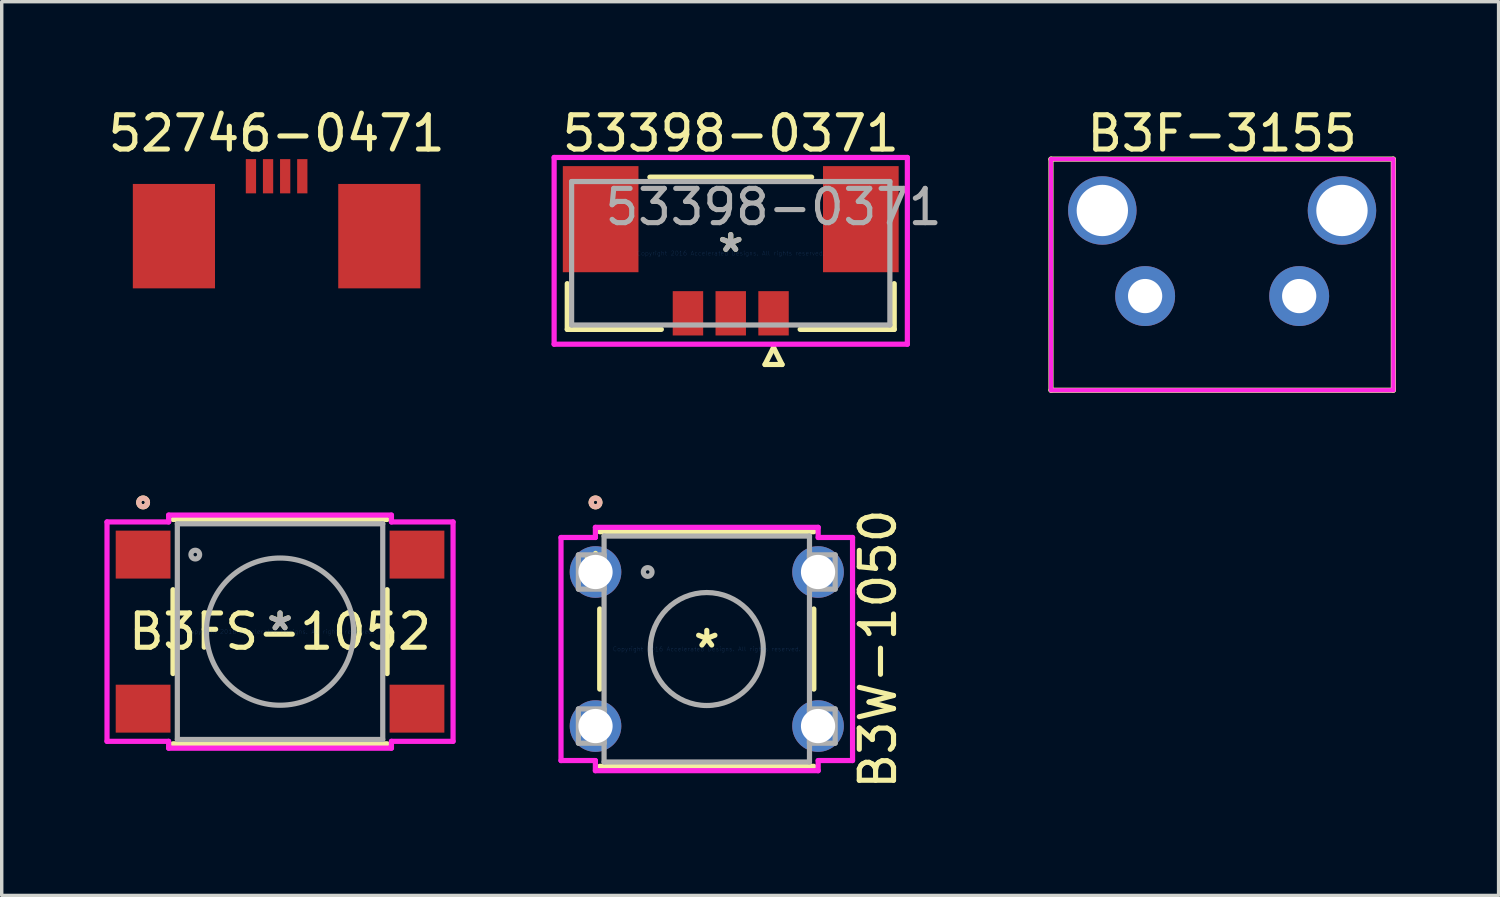
<source format=kicad_pcb>
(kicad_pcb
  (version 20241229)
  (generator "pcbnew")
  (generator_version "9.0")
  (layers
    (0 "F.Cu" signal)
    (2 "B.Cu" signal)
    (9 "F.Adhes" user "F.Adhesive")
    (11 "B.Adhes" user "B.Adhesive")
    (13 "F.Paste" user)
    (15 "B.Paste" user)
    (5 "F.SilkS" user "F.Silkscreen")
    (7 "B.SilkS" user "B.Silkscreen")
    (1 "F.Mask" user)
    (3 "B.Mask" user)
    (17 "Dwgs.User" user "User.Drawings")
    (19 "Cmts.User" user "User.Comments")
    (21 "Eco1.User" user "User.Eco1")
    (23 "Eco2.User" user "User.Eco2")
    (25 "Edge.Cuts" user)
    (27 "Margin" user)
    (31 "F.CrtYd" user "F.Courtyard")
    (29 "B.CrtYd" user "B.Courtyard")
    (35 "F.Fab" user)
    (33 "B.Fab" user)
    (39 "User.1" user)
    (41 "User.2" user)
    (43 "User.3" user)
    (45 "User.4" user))
  (footprint "B3W-1050"
    (layer "F.Cu")
    (at 17.595 15.908)
    (property "Reference" "B3W-1050" (at 5 0 90) (layer "F.SilkS") (effects (font (size 1 1) (thickness 0.15))))
    (attr through_hole)
    (fp_line (start -3.127 -1.17) (end -3.127 1.17) (stroke (width 0.152) (type solid)) (layer "F.SilkS"))
    (fp_line (start -3.127 3.427) (end 3.127 3.427) (stroke (width 0.152) (type solid)) (layer "F.SilkS"))
    (fp_line (start 3.127 -3.427) (end -3.127 -3.427) (stroke (width 0.152) (type solid)) (layer "F.SilkS"))
    (fp_line (start 3.127 1.17) (end 3.127 -1.17) (stroke (width 0.152) (type solid)) (layer "F.SilkS"))
    (fp_circle (center -3.25 -4.282) (end -3.123 -4.282) (stroke (width 0.152) (type solid)) (fill no) (layer "F.SilkS"))
    (fp_circle (center -3.25 -4.282) (end -3.123 -4.282) (stroke (width 0.152) (type solid)) (fill no) (layer "B.SilkS"))
    (fp_line (start -4.258 -3.258) (end -3.254 -3.258) (stroke (width 0.152) (type solid)) (layer "F.CrtYd"))
    (fp_line (start -4.258 3.258) (end -4.258 -3.258) (stroke (width 0.152) (type solid)) (layer "F.CrtYd"))
    (fp_line (start -3.254 -3.554) (end 3.254 -3.554) (stroke (width 0.152) (type solid)) (layer "F.CrtYd"))
    (fp_line (start -3.254 -3.258) (end -3.254 -3.554) (stroke (width 0.152) (type solid)) (layer "F.CrtYd"))
    (fp_line (start -3.254 3.258) (end -4.258 3.258) (stroke (width 0.152) (type solid)) (layer "F.CrtYd"))
    (fp_line (start -3.254 3.554) (end -3.254 3.258) (stroke (width 0.152) (type solid)) (layer "F.CrtYd"))
    (fp_line (start 3.254 -3.554) (end 3.254 -3.258) (stroke (width 0.152) (type solid)) (layer "F.CrtYd"))
    (fp_line (start 3.254 -3.258) (end 4.258 -3.258) (stroke (width 0.152) (type solid)) (layer "F.CrtYd"))
    (fp_line (start 3.254 3.258) (end 3.254 3.554) (stroke (width 0.152) (type solid)) (layer "F.CrtYd"))
    (fp_line (start 3.254 3.554) (end -3.254 3.554) (stroke (width 0.152) (type solid)) (layer "F.CrtYd"))
    (fp_line (start 4.258 -3.258) (end 4.258 3.258) (stroke (width 0.152) (type solid)) (layer "F.CrtYd"))
    (fp_line (start 4.258 3.258) (end 3.254 3.258) (stroke (width 0.152) (type solid)) (layer "F.CrtYd"))
    (fp_line (start -3.75 -2.75) (end -3.75 -1.75) (stroke (width 0.152) (type solid)) (layer "F.Fab"))
    (fp_line (start -3.75 -1.75) (end -3 -1.75) (stroke (width 0.152) (type solid)) (layer "F.Fab"))
    (fp_line (start -3.75 1.75) (end -3.75 2.75) (stroke (width 0.152) (type solid)) (layer "F.Fab"))
    (fp_line (start -3.75 2.75) (end -3 2.75) (stroke (width 0.152) (type solid)) (layer "F.Fab"))
    (fp_line (start -3 -3.3) (end -3 3.3) (stroke (width 0.152) (type solid)) (layer "F.Fab"))
    (fp_line (start -3 3.3) (end 3 3.3) (stroke (width 0.152) (type solid)) (layer "F.Fab"))
    (fp_line (start -3 -2.75) (end -3.75 -2.75) (stroke (width 0.152) (type solid)) (layer "F.Fab"))
    (fp_line (start -3 -1.75) (end -3 -2.75) (stroke (width 0.152) (type solid)) (layer "F.Fab"))
    (fp_line (start -3 1.75) (end -3.75 1.75) (stroke (width 0.152) (type solid)) (layer "F.Fab"))
    (fp_line (start -3 2.75) (end -3 1.75) (stroke (width 0.152) (type solid)) (layer "F.Fab"))
    (fp_line (start 3 -2.75) (end 3 -1.75) (stroke (width 0.152) (type solid)) (layer "F.Fab"))
    (fp_line (start 3 -1.75) (end 3.75 -1.75) (stroke (width 0.152) (type solid)) (layer "F.Fab"))
    (fp_line (start 3 1.75) (end 3 2.75) (stroke (width 0.152) (type solid)) (layer "F.Fab"))
    (fp_line (start 3 2.75) (end 3.75 2.75) (stroke (width 0.152) (type solid)) (layer "F.Fab"))
    (fp_line (start 3 -3.3) (end -3 -3.3) (stroke (width 0.152) (type solid)) (layer "F.Fab"))
    (fp_line (start 3 3.3) (end 3 -3.3) (stroke (width 0.152) (type solid)) (layer "F.Fab"))
    (fp_line (start 3.75 -2.75) (end 3 -2.75) (stroke (width 0.152) (type solid)) (layer "F.Fab"))
    (fp_line (start 3.75 -1.75) (end 3.75 -2.75) (stroke (width 0.152) (type solid)) (layer "F.Fab"))
    (fp_line (start 3.75 1.75) (end 3 1.75) (stroke (width 0.152) (type solid)) (layer "F.Fab"))
    (fp_line (start 3.75 2.75) (end 3.75 1.75) (stroke (width 0.152) (type solid)) (layer "F.Fab"))
    (fp_circle (center -1.726 -2.25) (end -1.599 -2.25) (stroke (width 0.152) (type solid)) (fill no) (layer "F.Fab"))
    (fp_circle (center 0.000001 0.000001) (end 1.65 0.000001) (stroke (width 0.152) (type solid)) (fill no) (layer "F.Fab"))
    (fp_text user "*" (at -3.25 -2.25 0) (layer "F.SilkS") (effects (font (size 1 1) (thickness 0.15))))
    (fp_text user "*" (at 0 0 0) (layer "F.SilkS") (effects (font (size 1 1) (thickness 0.15))))
    (fp_text user "Copyright 2016 Accelerated Designs. All rights reserved." (at 0 0 0) (layer "Cmts.User") (effects (font (size 0.127 0.127) (thickness 0.002))))
    (pad "1" thru_hole circle (at -3.25 -2.25) (size 1.508 1.508) (drill 1) (layers "*.Cu" "*.Mask"))
    (pad "2" thru_hole circle (at 3.25 -2.25) (size 1.508 1.508) (drill 1) (layers "*.Cu" "*.Mask"))
    (pad "3" thru_hole circle (at -3.25 2.25) (size 1.508 1.508) (drill 1) (layers "*.Cu" "*.Mask"))
    (pad "4" thru_hole circle (at 3.25 2.25) (size 1.508 1.508) (drill 1) (layers "*.Cu" "*.Mask")))
  (footprint "53398-0371"
    (layer "F.Cu")
    (at 18.295 4.348)
    (property "Reference" "53398-0371" (at 0 -3.5 0) (layer "F.SilkS") (effects (font (size 1 1) (thickness 0.15))))
    (attr through_hole)
    (fp_line (start -4.775 0.887) (end -4.775 2.223) (stroke (width 0.152) (type solid)) (layer "F.SilkS"))
    (fp_line (start -4.775 2.223) (end -2.027 2.223) (stroke (width 0.152) (type solid)) (layer "F.SilkS"))
    (fp_line (start 1 3.25) (end 1.5 3.25) (stroke (width 0.15) (type solid)) (layer "F.SilkS"))
    (fp_line (start 1.25 2.75) (end 1 3.25) (stroke (width 0.15) (type solid)) (layer "F.SilkS"))
    (fp_line (start 1.5 3.25) (end 1.25 2.75) (stroke (width 0.15) (type solid)) (layer "F.SilkS"))
    (fp_line (start 2.027 2.223) (end 4.775 2.223) (stroke (width 0.152) (type solid)) (layer "F.SilkS"))
    (fp_line (start 2.362 -2.223) (end -2.362 -2.223) (stroke (width 0.152) (type solid)) (layer "F.SilkS"))
    (fp_line (start 4.775 2.223) (end 4.775 0.887) (stroke (width 0.152) (type solid)) (layer "F.SilkS"))
    (fp_line (start -5.159 -2.799) (end -5.159 2.656) (stroke (width 0.152) (type solid)) (layer "F.CrtYd"))
    (fp_line (start -5.159 2.656) (end 5.159 2.656) (stroke (width 0.152) (type solid)) (layer "F.CrtYd"))
    (fp_line (start 5.159 -2.799) (end -5.159 -2.799) (stroke (width 0.152) (type solid)) (layer "F.CrtYd"))
    (fp_line (start 5.159 2.656) (end 5.159 -2.799) (stroke (width 0.152) (type solid)) (layer "F.CrtYd"))
    (fp_line (start -4.648 -2.095) (end -4.648 2.095) (stroke (width 0.152) (type solid)) (layer "F.Fab"))
    (fp_line (start -4.648 2.095) (end 4.648 2.095) (stroke (width 0.152) (type solid)) (layer "F.Fab"))
    (fp_line (start 4.648 -2.095) (end -4.648 -2.095) (stroke (width 0.152) (type solid)) (layer "F.Fab"))
    (fp_line (start 4.648 2.095) (end 4.648 -2.095) (stroke (width 0.152) (type solid)) (layer "F.Fab"))
    (fp_text user "*" (at 0 0 0) (layer "F.SilkS") (effects (font (size 1 1) (thickness 0.15))))
    (fp_text user "Copyright 2016 Accelerated Designs. All rights reserved." (at 0 0 0) (layer "Cmts.User") (effects (font (size 0.127 0.127) (thickness 0.002))))
    (fp_text user "*" (at 0 0 0) (layer "F.Fab") (effects (font (size 1 1) (thickness 0.15))))
    (fp_text user "${REFERENCE}" (at 1.25 -1.35 0) (layer "F.Fab") (effects (font (size 1 1) (thickness 0.15))))
    (pad "1" smd rect (at 1.25 1.754) (size 0.889 1.295) (layers "F.Cu" "F.Mask" "F.Paste"))
    (pad "2" smd rect (at 0 1.754) (size 0.889 1.295) (layers "F.Cu" "F.Mask" "F.Paste"))
    (pad "3" smd rect (at -1.25 1.754) (size 0.889 1.295) (layers "F.Cu" "F.Mask" "F.Paste"))
    (pad "4" smd rect (at -3.8 -0.996) (size 2.21 3.099) (layers "F.Cu" "F.Mask" "F.Paste"))
    (pad "5" smd rect (at 3.8 -0.996) (size 2.21 3.099) (layers "F.Cu" "F.Mask" "F.Paste")))
  (footprint "52746-0471"
    (layer "F.Cu")
    (at 5.03 2.098)
    (property "Reference" "52746-0471" (at 0 -1.25 0) (layer "F.SilkS") (effects (font (size 1 1) (thickness 0.15))))
    (attr through_hole)
    (pad "" smd rect (at -3 1.75) (size 2.4 3.05) (layers "F.Cu" "F.Paste"))
    (pad "" smd rect (at 3 1.75) (size 2.4 3.05) (layers "F.Cu" "F.Paste"))
    (pad "1" smd rect (at -0.25 0) (size 0.3 1) (layers "F.Cu" "F.Mask" "F.Paste"))
    (pad "1" smd rect (at 0.25 0) (size 0.3 1) (layers "F.Cu" "F.Mask" "F.Paste"))
    (pad "2" smd rect (at -0.75 0) (size 0.3 1) (layers "F.Cu" "F.Mask" "F.Paste"))
    (pad "3" smd rect (at 0.75 0) (size 0.3 1) (layers "F.Cu" "F.Mask" "F.Paste")))
  (footprint "B3F-3155"
    (layer "F.Cu")
    (at 32.649 5.598)
    (property "Reference" "B3F-3155" (at 0 -4.75 0) (layer "F.SilkS") (effects (font (size 1 1) (thickness 0.15))))
    (attr through_hole)
    (fp_line (start -5 -4) (end 5 -4) (stroke (width 0.15) (type solid)) (layer "F.SilkS"))
    (fp_line (start -5 2.75) (end -5 -4) (stroke (width 0.15) (type solid)) (layer "F.SilkS"))
    (fp_line (start 5 -4) (end 5 2.75) (stroke (width 0.15) (type solid)) (layer "F.SilkS"))
    (fp_line (start 5 2.75) (end -5 2.75) (stroke (width 0.15) (type solid)) (layer "F.SilkS"))
    (fp_line (start -5 -4) (end -5 2.75) (stroke (width 0.12) (type solid)) (layer "F.CrtYd"))
    (fp_line (start -5 2.75) (end 5 2.75) (stroke (width 0.12) (type solid)) (layer "F.CrtYd"))
    (fp_line (start 5 -4) (end -5 -4) (stroke (width 0.12) (type solid)) (layer "F.CrtYd"))
    (fp_line (start 5 2.75) (end 5 -4) (stroke (width 0.12) (type solid)) (layer "F.CrtYd"))
    (pad "" np_thru_hole circle (at -3.5 -2.5) (size 2 2) (drill 1.5) (layers "*.Cu" "*.Mask"))
    (pad "" np_thru_hole circle (at 3.5 -2.5) (size 2 2) (drill 1.5) (layers "*.Cu" "*.Mask"))
    (pad "1" thru_hole circle (at 2.25 0) (size 1.75 1.75) (drill 1) (layers "*.Cu" "*.Mask"))
    (pad "2" thru_hole circle (at -2.25 0) (size 1.75 1.75) (drill 1) (layers "*.Cu" "*.Mask")))
  (footprint "B3FS-1052"
    (layer "F.Cu")
    (at 5.13 15.4)
    (property "Reference" "B3FS-1052" (at 0.000001 0 0) (layer "F.SilkS") (effects (font (size 1 1) (thickness 0.15))))
    (attr through_hole)
    (fp_line (start -3.127 -1.225) (end -3.127 1.225) (stroke (width 0.152) (type solid)) (layer "F.SilkS"))
    (fp_line (start -3.127 3.277) (end 3.127 3.277) (stroke (width 0.152) (type solid)) (layer "F.SilkS"))
    (fp_line (start 3.127 -3.277) (end -3.127 -3.277) (stroke (width 0.152) (type solid)) (layer "F.SilkS"))
    (fp_line (start 3.127 1.225) (end 3.127 -1.225) (stroke (width 0.152) (type solid)) (layer "F.SilkS"))
    (fp_circle (center -4 -3.774) (end -3.873 -3.774) (stroke (width 0.152) (type solid)) (fill no) (layer "F.SilkS"))
    (fp_circle (center -4 -3.774) (end -3.873 -3.774) (stroke (width 0.152) (type solid)) (fill no) (layer "B.SilkS"))
    (fp_line (start -5.054 -3.204) (end -3.254 -3.204) (stroke (width 0.152) (type solid)) (layer "F.CrtYd"))
    (fp_line (start -5.054 3.204) (end -5.054 -3.204) (stroke (width 0.152) (type solid)) (layer "F.CrtYd"))
    (fp_line (start -3.254 -3.404) (end 3.254 -3.404) (stroke (width 0.152) (type solid)) (layer "F.CrtYd"))
    (fp_line (start -3.254 -3.204) (end -3.254 -3.404) (stroke (width 0.152) (type solid)) (layer "F.CrtYd"))
    (fp_line (start -3.254 3.204) (end -5.054 3.204) (stroke (width 0.152) (type solid)) (layer "F.CrtYd"))
    (fp_line (start -3.254 3.404) (end -3.254 3.204) (stroke (width 0.152) (type solid)) (layer "F.CrtYd"))
    (fp_line (start 3.254 -3.404) (end 3.254 -3.204) (stroke (width 0.152) (type solid)) (layer "F.CrtYd"))
    (fp_line (start 3.254 -3.204) (end 5.054 -3.204) (stroke (width 0.152) (type solid)) (layer "F.CrtYd"))
    (fp_line (start 3.254 3.204) (end 3.254 3.404) (stroke (width 0.152) (type solid)) (layer "F.CrtYd"))
    (fp_line (start 3.254 3.404) (end -3.254 3.404) (stroke (width 0.152) (type solid)) (layer "F.CrtYd"))
    (fp_line (start 5.054 -3.204) (end 5.054 3.204) (stroke (width 0.152) (type solid)) (layer "F.CrtYd"))
    (fp_line (start 5.054 3.204) (end 3.254 3.204) (stroke (width 0.152) (type solid)) (layer "F.CrtYd"))
    (fp_line (start -3 -3.15) (end -3 3.15) (stroke (width 0.152) (type solid)) (layer "F.Fab"))
    (fp_line (start -3 3.15) (end 3 3.15) (stroke (width 0.152) (type solid)) (layer "F.Fab"))
    (fp_line (start 3 -3.15) (end -3 -3.15) (stroke (width 0.152) (type solid)) (layer "F.Fab"))
    (fp_line (start 3 3.15) (end 3 -3.15) (stroke (width 0.152) (type solid)) (layer "F.Fab"))
    (fp_circle (center -2.476 -2.25) (end -2.349 -2.25) (stroke (width 0.152) (type solid)) (fill no) (layer "F.Fab"))
    (fp_circle (center 0.000001 0) (end 2.15 0) (stroke (width 0.152) (type solid)) (fill no) (layer "F.Fab"))
    (fp_text user "*" (at 0 0 0) (layer "F.SilkS") (effects (font (size 1 1) (thickness 0.15))))
    (fp_text user "Copyright 2016 Accelerated Designs. All rights reserved." (at 0 0 0) (layer "Cmts.User") (effects (font (size 0.127 0.127) (thickness 0.002))))
    (fp_text user "*" (at 0 0 0) (layer "F.Fab") (effects (font (size 1 1) (thickness 0.15))))
    (pad "1" smd rect (at -4 -2.25) (size 1.6 1.4) (layers "F.Cu" "F.Mask" "F.Paste"))
    (pad "2" smd rect (at 4 -2.25) (size 1.6 1.4) (layers "F.Cu" "F.Mask" "F.Paste"))
    (pad "3" smd rect (at -4 2.25) (size 1.6 1.4) (layers "F.Cu" "F.Mask" "F.Paste"))
    (pad "4" smd rect (at 4 2.25) (size 1.6 1.4) (layers "F.Cu" "F.Mask" "F.Paste")))
  (gr_rect
    (start -3 -3)
    (end 40.724 23.105)
    (stroke (width 0.1) (type default))
    (fill no)
    (layer "Edge.Cuts")))
</source>
